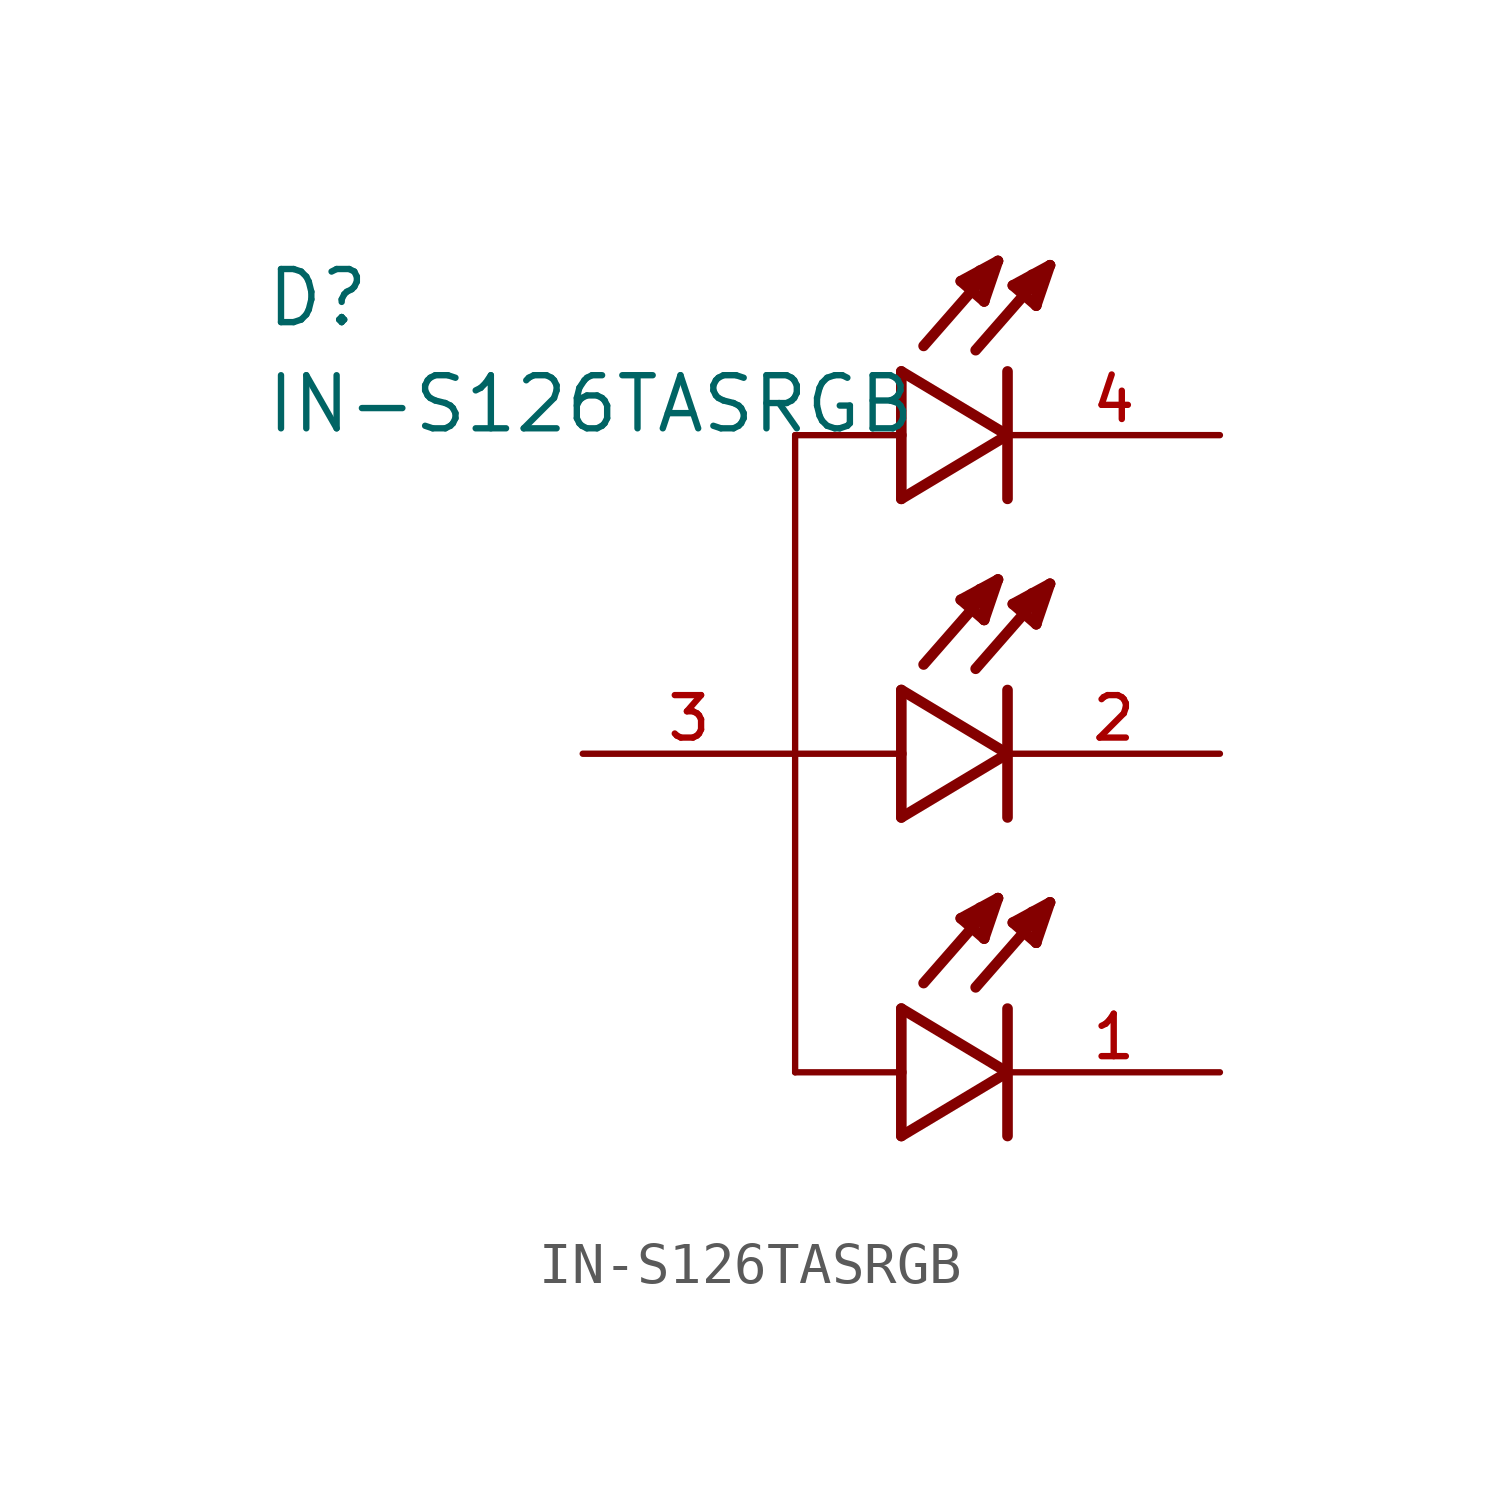
<source format=kicad_sym>
(kicad_symbol_lib
  (version 20211014)
  (generator kicad_symbol_editor)
  (symbol "IN-S126TASRGB"
    (pin_names
      (offset 1.016))
    (property "Reference" "D"
      (at -15.24 10.16 0)
      (effects (font (size 1.27 1.27)) (justify bottom left)))
    (property "Value" "IN-S126TASRGB"
      (at -15.24 7.62 0)
      (effects (font (size 1.27 1.27)) (justify bottom left)))
    (symbol "IN-S126TASRGB_0_0"
      (polyline (pts (xy 0.0 9.144) (xy 0.0 7.62)) (stroke (width 0.254)))
      (polyline (pts (xy 0.0 7.62) (xy 0.0 6.096)) (stroke (width 0.254)))
      (polyline (pts (xy 0.0 6.096) (xy 2.54 7.62)) (stroke (width 0.254)))
      (polyline (pts (xy 2.54 7.62) (xy 0.0 9.144)) (stroke (width 0.254)))
      (polyline (pts (xy 2.54 9.144) (xy 2.54 6.096)) (stroke (width 0.254)))
      (polyline (pts (xy 0.0 7.62) (xy -2.54 7.62)) (stroke (width 0.152)))
      (polyline (pts (xy 3.556 11.684) (xy 1.778 9.652)) (stroke (width 0.254)))
      (polyline (pts (xy 3.226 10.719) (xy 2.667 11.201)) (stroke (width 0.254)))
      (polyline (pts (xy 2.667 11.201) (xy 3.556 11.684)) (stroke (width 0.254)))
      (polyline (pts (xy 3.556 11.684) (xy 3.226 10.719)) (stroke (width 0.254)))
      (polyline (pts (xy 3.226 10.719) (xy 3.251 11.455)) (stroke (width 0.254)))
      (polyline (pts (xy 3.251 11.455) (xy 3.124 11.455)) (stroke (width 0.254)))
      (polyline (pts (xy 2.845 11.125) (xy 3.073 11.278)) (stroke (width 0.254)))
      (polyline (pts (xy 2.311 11.786) (xy 0.533 9.754)) (stroke (width 0.254)))
      (polyline (pts (xy 1.981 10.82) (xy 1.422 11.303)) (stroke (width 0.254)))
      (polyline (pts (xy 1.422 11.303) (xy 2.311 11.786)) (stroke (width 0.254)))
      (polyline (pts (xy 2.311 11.786) (xy 1.981 10.82)) (stroke (width 0.254)))
      (polyline (pts (xy 1.981 10.82) (xy 2.007 11.557)) (stroke (width 0.254)))
      (polyline (pts (xy 2.007 11.557) (xy 1.88 11.557)) (stroke (width 0.254)))
      (polyline (pts (xy 1.6 11.227) (xy 1.829 11.379)) (stroke (width 0.254)))
      (polyline (pts (xy 0.0 1.524) (xy 0.0 0.0)) (stroke (width 0.254)))
      (polyline (pts (xy 0.0 0.0) (xy 0.0 -1.524)) (stroke (width 0.254)))
      (polyline (pts (xy 0.0 -1.524) (xy 2.54 0.0)) (stroke (width 0.254)))
      (polyline (pts (xy 2.54 0.0) (xy 0.0 1.524)) (stroke (width 0.254)))
      (polyline (pts (xy 2.54 1.524) (xy 2.54 -1.524)) (stroke (width 0.254)))
      (polyline (pts (xy 0.0 0.0) (xy -2.54 0.0)) (stroke (width 0.152)))
      (polyline (pts (xy 3.556 4.064) (xy 1.778 2.032)) (stroke (width 0.254)))
      (polyline (pts (xy 3.226 3.099) (xy 2.667 3.581)) (stroke (width 0.254)))
      (polyline (pts (xy 2.667 3.581) (xy 3.556 4.064)) (stroke (width 0.254)))
      (polyline (pts (xy 3.556 4.064) (xy 3.226 3.099)) (stroke (width 0.254)))
      (polyline (pts (xy 3.226 3.099) (xy 3.251 3.835)) (stroke (width 0.254)))
      (polyline (pts (xy 3.251 3.835) (xy 3.124 3.835)) (stroke (width 0.254)))
      (polyline (pts (xy 2.845 3.505) (xy 3.073 3.658)) (stroke (width 0.254)))
      (polyline (pts (xy 2.311 4.166) (xy 0.533 2.134)) (stroke (width 0.254)))
      (polyline (pts (xy 1.981 3.2) (xy 1.422 3.683)) (stroke (width 0.254)))
      (polyline (pts (xy 1.422 3.683) (xy 2.311 4.166)) (stroke (width 0.254)))
      (polyline (pts (xy 2.311 4.166) (xy 1.981 3.2)) (stroke (width 0.254)))
      (polyline (pts (xy 1.981 3.2) (xy 2.007 3.937)) (stroke (width 0.254)))
      (polyline (pts (xy 2.007 3.937) (xy 1.88 3.937)) (stroke (width 0.254)))
      (polyline (pts (xy 1.6 3.607) (xy 1.829 3.759)) (stroke (width 0.254)))
      (polyline (pts (xy 0.0 -6.096) (xy 0.0 -7.62)) (stroke (width 0.254)))
      (polyline (pts (xy 0.0 -7.62) (xy 0.0 -9.144)) (stroke (width 0.254)))
      (polyline (pts (xy 0.0 -9.144) (xy 2.54 -7.62)) (stroke (width 0.254)))
      (polyline (pts (xy 2.54 -7.62) (xy 0.0 -6.096)) (stroke (width 0.254)))
      (polyline (pts (xy 2.54 -6.096) (xy 2.54 -9.144)) (stroke (width 0.254)))
      (polyline (pts (xy 0.0 -7.62) (xy -2.54 -7.62)) (stroke (width 0.152)))
      (polyline (pts (xy 3.556 -3.556) (xy 1.778 -5.588)) (stroke (width 0.254)))
      (polyline (pts (xy 3.226 -4.521) (xy 2.667 -4.039)) (stroke (width 0.254)))
      (polyline (pts (xy 2.667 -4.039) (xy 3.556 -3.556)) (stroke (width 0.254)))
      (polyline (pts (xy 3.556 -3.556) (xy 3.226 -4.521)) (stroke (width 0.254)))
      (polyline (pts (xy 3.226 -4.521) (xy 3.251 -3.785)) (stroke (width 0.254)))
      (polyline (pts (xy 3.251 -3.785) (xy 3.124 -3.785)) (stroke (width 0.254)))
      (polyline (pts (xy 2.845 -4.115) (xy 3.073 -3.962)) (stroke (width 0.254)))
      (polyline (pts (xy 2.311 -3.454) (xy 0.533 -5.486)) (stroke (width 0.254)))
      (polyline (pts (xy 1.981 -4.42) (xy 1.422 -3.937)) (stroke (width 0.254)))
      (polyline (pts (xy 1.422 -3.937) (xy 2.311 -3.454)) (stroke (width 0.254)))
      (polyline (pts (xy 2.311 -3.454) (xy 1.981 -4.42)) (stroke (width 0.254)))
      (polyline (pts (xy 1.981 -4.42) (xy 2.007 -3.683)) (stroke (width 0.254)))
      (polyline (pts (xy 2.007 -3.683) (xy 1.88 -3.683)) (stroke (width 0.254)))
      (polyline (pts (xy 1.6 -4.013) (xy 1.829 -3.861)) (stroke (width 0.254)))
      (polyline (pts (xy -2.54 7.62) (xy -2.54 -7.62)) (stroke (width 0.152)))
      (pin passive line (at -7.62 0.0 0) (length 5.08) (name "~" (effects (font (size 1.016 1.016)))) (number "3" (effects (font (size 1.016 1.016)))))
      (pin passive line (at 7.62 7.62 180.0) (length 5.08) (name "~" (effects (font (size 1.016 1.016)))) (number "4" (effects (font (size 1.016 1.016)))))
      (pin passive line (at 7.62 0.0 180.0) (length 5.08) (name "~" (effects (font (size 1.016 1.016)))) (number "2" (effects (font (size 1.016 1.016)))))
      (pin passive line (at 7.62 -7.62 180.0) (length 5.08) (name "~" (effects (font (size 1.016 1.016)))) (number "1" (effects (font (size 1.016 1.016))))))))
</source>
